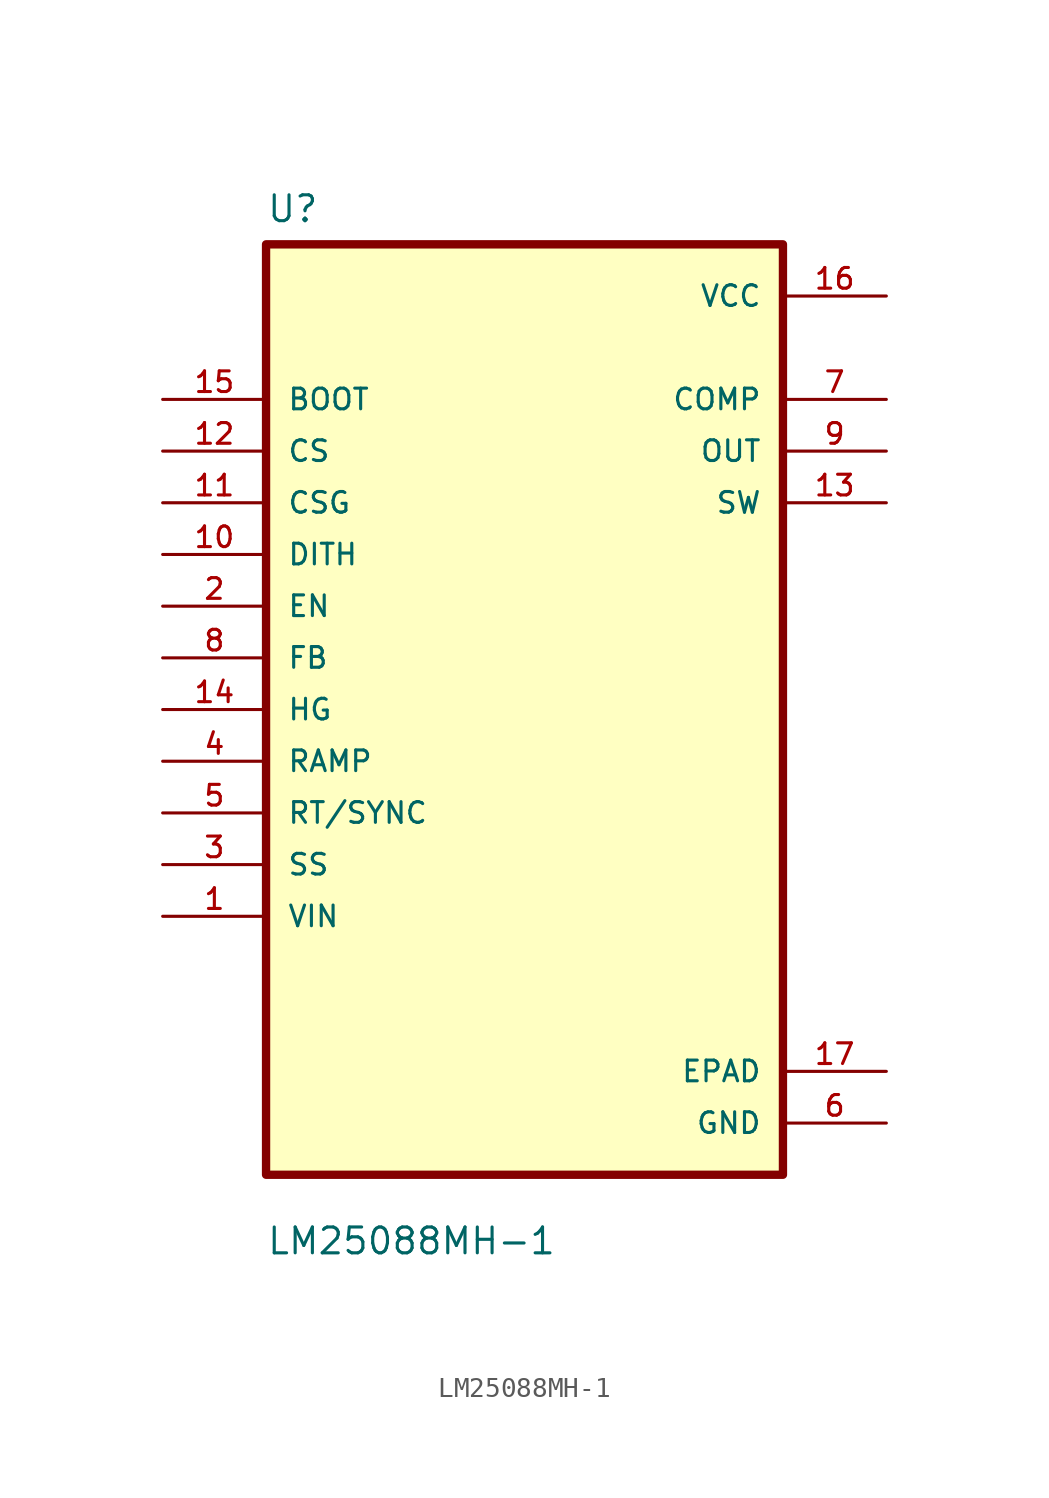
<source format=kicad_sym>
(kicad_symbol_lib
  (version 20211014)
  (generator kicad_symbol_editor)
  (symbol "LM25088MH-1"
    (pin_names
      (offset 1.016))
    (property "Reference" "U"
      (at -12.7 23.86 0.0)
      (effects (font (size 1.27 1.27)) (justify bottom left)))
    (property "Value" "LM25088MH-1"
      (at -12.7 -26.86 0.0)
      (effects (font (size 1.27 1.27)) (justify bottom left)))
    (symbol "LM25088MH-1_0_0"
      (rectangle (start -12.7 -22.86) (end 12.7 22.86) (stroke (width 0.41)) (fill (type background)))
      (pin input line (at -17.78 15.24 0) (length 5.08) (name "BOOT" (effects (font (size 1.016 1.016)))) (number "15" (effects (font (size 1.016 1.016)))))
      (pin input line (at -17.78 12.7 0) (length 5.08) (name "CS" (effects (font (size 1.016 1.016)))) (number "12" (effects (font (size 1.016 1.016)))))
      (pin input line (at -17.78 10.16 0) (length 5.08) (name "CSG" (effects (font (size 1.016 1.016)))) (number "11" (effects (font (size 1.016 1.016)))))
      (pin input line (at -17.78 7.62 0) (length 5.08) (name "DITH" (effects (font (size 1.016 1.016)))) (number "10" (effects (font (size 1.016 1.016)))))
      (pin input line (at -17.78 5.08 0) (length 5.08) (name "EN" (effects (font (size 1.016 1.016)))) (number "2" (effects (font (size 1.016 1.016)))))
      (pin input line (at -17.78 2.54 0) (length 5.08) (name "FB" (effects (font (size 1.016 1.016)))) (number "8" (effects (font (size 1.016 1.016)))))
      (pin input line (at -17.78 3.55271e-15 0) (length 5.08) (name "HG" (effects (font (size 1.016 1.016)))) (number "14" (effects (font (size 1.016 1.016)))))
      (pin input line (at -17.78 -2.54 0) (length 5.08) (name "RAMP" (effects (font (size 1.016 1.016)))) (number "4" (effects (font (size 1.016 1.016)))))
      (pin input line (at -17.78 -5.08 0) (length 5.08) (name "RT/SYNC" (effects (font (size 1.016 1.016)))) (number "5" (effects (font (size 1.016 1.016)))))
      (pin input line (at -17.78 -7.62 0) (length 5.08) (name "SS" (effects (font (size 1.016 1.016)))) (number "3" (effects (font (size 1.016 1.016)))))
      (pin input line (at -17.78 -10.16 0) (length 5.08) (name "VIN" (effects (font (size 1.016 1.016)))) (number "1" (effects (font (size 1.016 1.016)))))
      (pin power_in line (at 17.78 20.32 180.0) (length 5.08) (name "VCC" (effects (font (size 1.016 1.016)))) (number "16" (effects (font (size 1.016 1.016)))))
      (pin output line (at 17.78 15.24 180.0) (length 5.08) (name "COMP" (effects (font (size 1.016 1.016)))) (number "7" (effects (font (size 1.016 1.016)))))
      (pin output line (at 17.78 12.7 180.0) (length 5.08) (name "OUT" (effects (font (size 1.016 1.016)))) (number "9" (effects (font (size 1.016 1.016)))))
      (pin output line (at 17.78 10.16 180.0) (length 5.08) (name "SW" (effects (font (size 1.016 1.016)))) (number "13" (effects (font (size 1.016 1.016)))))
      (pin power_in line (at 17.78 -17.78 180.0) (length 5.08) (name "EPAD" (effects (font (size 1.016 1.016)))) (number "17" (effects (font (size 1.016 1.016)))))
      (pin power_in line (at 17.78 -20.32 180.0) (length 5.08) (name "GND" (effects (font (size 1.016 1.016)))) (number "6" (effects (font (size 1.016 1.016))))))))
</source>
